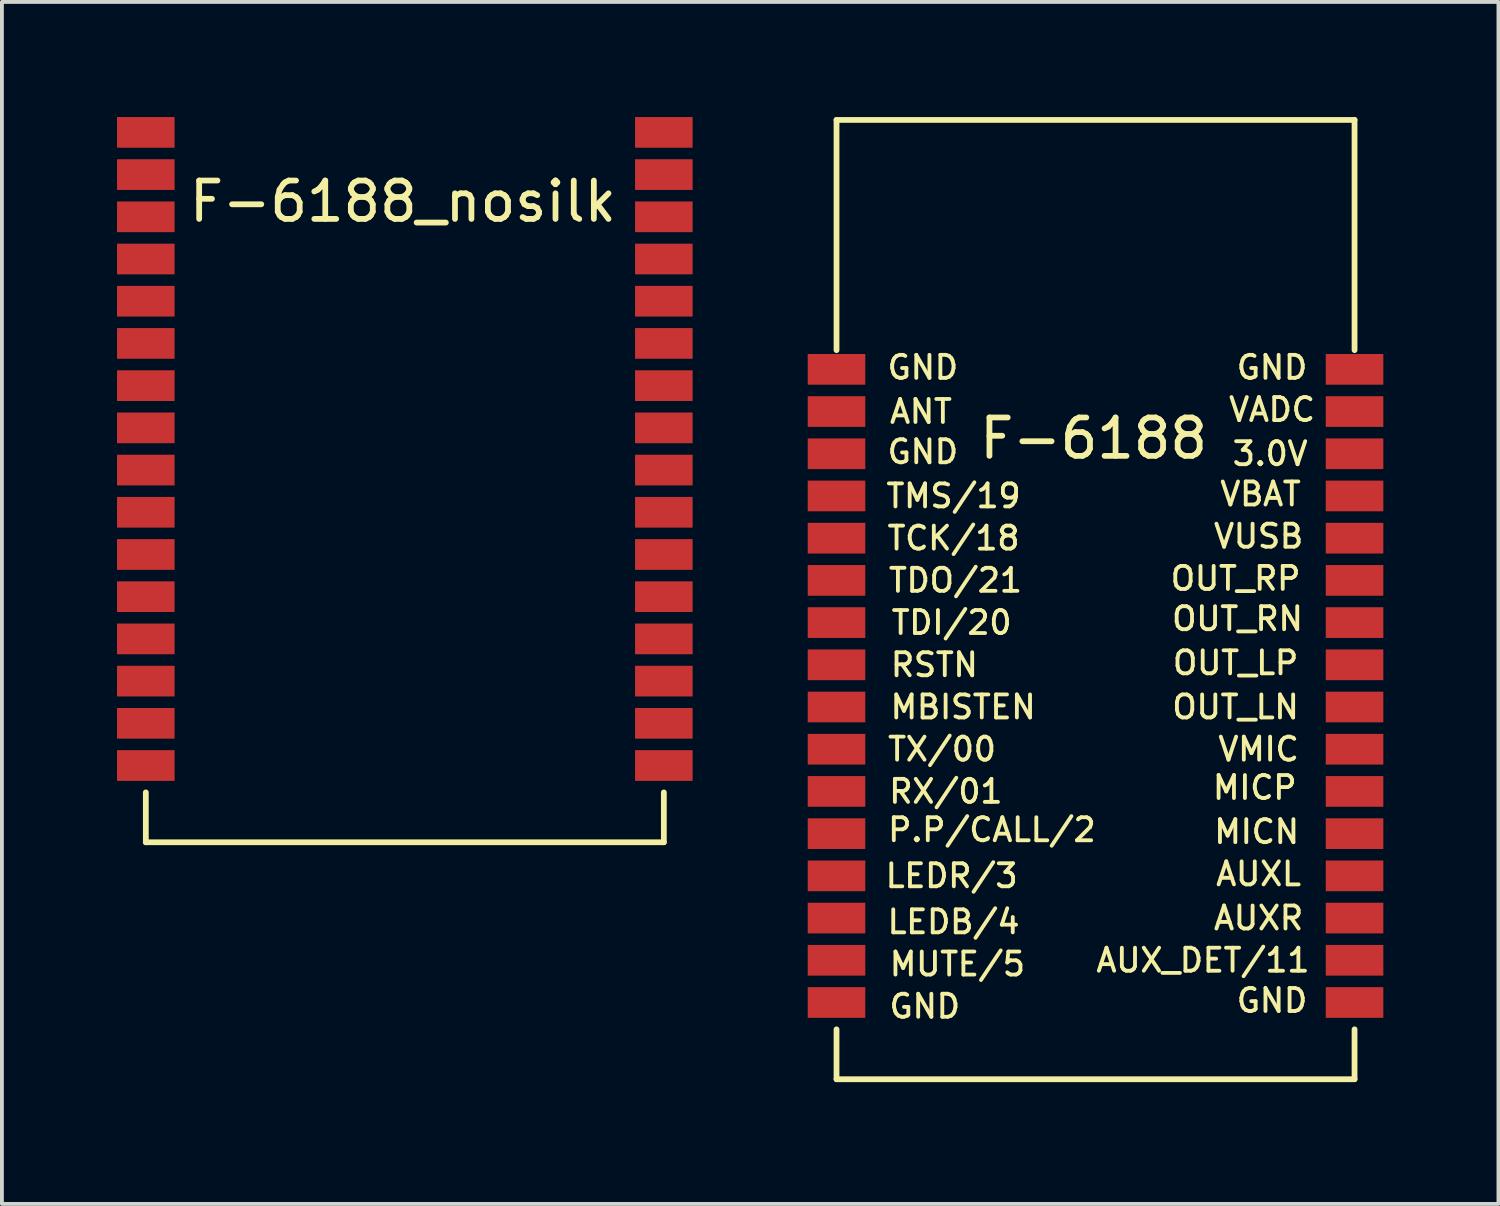
<source format=kicad_pcb>
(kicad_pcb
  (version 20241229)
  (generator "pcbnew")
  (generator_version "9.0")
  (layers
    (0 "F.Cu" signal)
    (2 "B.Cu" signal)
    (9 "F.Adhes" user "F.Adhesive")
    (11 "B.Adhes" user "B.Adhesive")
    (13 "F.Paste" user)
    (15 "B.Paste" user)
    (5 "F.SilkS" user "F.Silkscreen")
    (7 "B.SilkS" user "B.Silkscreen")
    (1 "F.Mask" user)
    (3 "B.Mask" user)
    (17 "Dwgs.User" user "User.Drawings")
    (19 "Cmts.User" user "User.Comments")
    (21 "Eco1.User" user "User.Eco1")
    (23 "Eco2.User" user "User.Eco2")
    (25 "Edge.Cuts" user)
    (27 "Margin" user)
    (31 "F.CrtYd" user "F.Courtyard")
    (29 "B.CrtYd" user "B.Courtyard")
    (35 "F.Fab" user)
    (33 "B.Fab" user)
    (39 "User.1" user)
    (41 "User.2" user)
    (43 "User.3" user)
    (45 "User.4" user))
  (footprint "F-6188_nosilk"
    (layer "F.Cu")
    (at 0.75 18.9)
    (property "Reference" "F-6188_nosilk" (at 6.7 -16.7 0) (layer "F.SilkS") (effects (font (size 1 1) (thickness 0.15))))
    (attr through_hole)
    (fp_line (start 0 -1.3) (end 0 0) (stroke (width 0.15) (type solid)) (layer "F.SilkS"))
    (fp_line (start 0 0) (end 13.5 0) (stroke (width 0.15) (type solid)) (layer "F.SilkS"))
    (fp_line (start 13.5 0) (end 13.5 -1.3) (stroke (width 0.15) (type solid)) (layer "F.SilkS"))
    (pad "1" smd rect (at 0 -18.5) (size 1.5 0.8) (layers "F.Cu" "F.Mask" "F.Paste"))
    (pad "2" smd rect (at 0 -17.4) (size 1.5 0.8) (layers "F.Cu" "F.Mask" "F.Paste"))
    (pad "3" smd rect (at 0 -16.3) (size 1.5 0.8) (layers "F.Cu" "F.Mask" "F.Paste"))
    (pad "4" smd rect (at 0 -15.2) (size 1.5 0.8) (layers "F.Cu" "F.Mask" "F.Paste"))
    (pad "5" smd rect (at 0 -14.1) (size 1.5 0.8) (layers "F.Cu" "F.Mask" "F.Paste"))
    (pad "6" smd rect (at 0 -13) (size 1.5 0.8) (layers "F.Cu" "F.Mask" "F.Paste"))
    (pad "7" smd rect (at 0 -11.9) (size 1.5 0.8) (layers "F.Cu" "F.Mask" "F.Paste"))
    (pad "8" smd rect (at 0 -10.8) (size 1.5 0.8) (layers "F.Cu" "F.Mask" "F.Paste"))
    (pad "9" smd rect (at 0 -9.7) (size 1.5 0.8) (layers "F.Cu" "F.Mask" "F.Paste"))
    (pad "10" smd rect (at 0 -8.6) (size 1.5 0.8) (layers "F.Cu" "F.Mask" "F.Paste"))
    (pad "11" smd rect (at 0 -7.5) (size 1.5 0.8) (layers "F.Cu" "F.Mask" "F.Paste"))
    (pad "12" smd rect (at 0 -6.4) (size 1.5 0.8) (layers "F.Cu" "F.Mask" "F.Paste"))
    (pad "13" smd rect (at 0 -5.3) (size 1.5 0.8) (layers "F.Cu" "F.Mask" "F.Paste"))
    (pad "14" smd rect (at 0 -4.2) (size 1.5 0.8) (layers "F.Cu" "F.Mask" "F.Paste"))
    (pad "15" smd rect (at 0 -3.1) (size 1.5 0.8) (layers "F.Cu" "F.Mask" "F.Paste"))
    (pad "16" smd rect (at 0 -2) (size 1.5 0.8) (layers "F.Cu" "F.Mask" "F.Paste"))
    (pad "17" smd rect (at 13.5 -2) (size 1.5 0.8) (layers "F.Cu" "F.Mask" "F.Paste"))
    (pad "18" smd rect (at 13.5 -3.1) (size 1.5 0.8) (layers "F.Cu" "F.Mask" "F.Paste"))
    (pad "19" smd rect (at 13.5 -4.2) (size 1.5 0.8) (layers "F.Cu" "F.Mask" "F.Paste"))
    (pad "20" smd rect (at 13.5 -5.3) (size 1.5 0.8) (layers "F.Cu" "F.Mask" "F.Paste"))
    (pad "21" smd rect (at 13.5 -6.4) (size 1.5 0.8) (layers "F.Cu" "F.Mask" "F.Paste"))
    (pad "22" smd rect (at 13.5 -7.5) (size 1.5 0.8) (layers "F.Cu" "F.Mask" "F.Paste"))
    (pad "23" smd rect (at 13.5 -8.6) (size 1.5 0.8) (layers "F.Cu" "F.Mask" "F.Paste"))
    (pad "24" smd rect (at 13.5 -9.7) (size 1.5 0.8) (layers "F.Cu" "F.Mask" "F.Paste"))
    (pad "25" smd rect (at 13.5 -10.8) (size 1.5 0.8) (layers "F.Cu" "F.Mask" "F.Paste"))
    (pad "26" smd rect (at 13.5 -11.9) (size 1.5 0.8) (layers "F.Cu" "F.Mask" "F.Paste"))
    (pad "27" smd rect (at 13.5 -13) (size 1.5 0.8) (layers "F.Cu" "F.Mask" "F.Paste"))
    (pad "28" smd rect (at 13.5 -14.1) (size 1.5 0.8) (layers "F.Cu" "F.Mask" "F.Paste"))
    (pad "29" smd rect (at 13.5 -15.2) (size 1.5 0.8) (layers "F.Cu" "F.Mask" "F.Paste"))
    (pad "30" smd rect (at 13.5 -16.3) (size 1.5 0.8) (layers "F.Cu" "F.Mask" "F.Paste"))
    (pad "31" smd rect (at 13.5 -17.4) (size 1.5 0.8) (layers "F.Cu" "F.Mask" "F.Paste"))
    (pad "32" smd rect (at 13.5 -18.5) (size 1.5 0.8) (layers "F.Cu" "F.Mask" "F.Paste")))
  (footprint "F-6188"
    (layer "F.Cu")
    (at 18.75 25.075)
    (property "Reference" "F-6188" (at 6.7 -16.7 0) (layer "F.SilkS") (effects (font (size 1 1) (thickness 0.15))))
    (attr through_hole)
    (fp_line (start 0 -25) (end 13.5 -25) (stroke (width 0.15) (type solid)) (layer "F.SilkS"))
    (fp_line (start 0 -19) (end 0 -25) (stroke (width 0.15) (type solid)) (layer "F.SilkS"))
    (fp_line (start 0 -1.3) (end 0 0) (stroke (width 0.15) (type solid)) (layer "F.SilkS"))
    (fp_line (start 0 0) (end 13.5 0) (stroke (width 0.15) (type solid)) (layer "F.SilkS"))
    (fp_line (start 13.5 -25) (end 13.5 -19) (stroke (width 0.15) (type solid)) (layer "F.SilkS"))
    (fp_line (start 13.5 0) (end 13.5 -1.3) (stroke (width 0.15) (type solid)) (layer "F.SilkS"))
    (fp_text user "MBISTEN" (at 3.3 -9.7 0) (layer "F.SilkS") (effects (font (size 0.6 0.6) (thickness 0.1))))
    (fp_text user "TDI/20" (at 3 -11.9 0) (layer "F.SilkS") (effects (font (size 0.6 0.6) (thickness 0.1))))
    (fp_text user "TCK/18" (at 3.05 -14.1 0) (layer "F.SilkS") (effects (font (size 0.6 0.6) (thickness 0.1))))
    (fp_text user "MICN" (at 10.95 -6.45 0) (layer "F.SilkS") (effects (font (size 0.6 0.6) (thickness 0.1))))
    (fp_text user "OUT_LP" (at 10.4 -10.85 0) (layer "F.SilkS") (effects (font (size 0.6 0.6) (thickness 0.1))))
    (fp_text user "AUXR" (at 11 -4.2 0) (layer "F.SilkS") (effects (font (size 0.6 0.6) (thickness 0.1))))
    (fp_text user "TMS/19" (at 3.05 -15.2 0) (layer "F.SilkS") (effects (font (size 0.6 0.6) (thickness 0.1))))
    (fp_text user "GND" (at 2.25 -16.35 0) (layer "F.SilkS") (effects (font (size 0.6 0.6) (thickness 0.1))))
    (fp_text user "VMIC" (at 11 -8.6 0) (layer "F.SilkS") (effects (font (size 0.6 0.6) (thickness 0.1))))
    (fp_text user "AUX_DET/11" (at 9.55 -3.1 0) (layer "F.SilkS") (effects (font (size 0.6 0.6) (thickness 0.1))))
    (fp_text user "VBAT" (at 11.05 -15.25 0) (layer "F.SilkS") (effects (font (size 0.6 0.6) (thickness 0.1))))
    (fp_text user "3.0V" (at 11.3 -16.3 0) (layer "F.SilkS") (effects (font (size 0.6 0.6) (thickness 0.1))))
    (fp_text user "OUT_LN" (at 10.4 -9.7 0) (layer "F.SilkS") (effects (font (size 0.6 0.6) (thickness 0.1))))
    (fp_text user "AUXL" (at 11 -5.35 0) (layer "F.SilkS") (effects (font (size 0.6 0.6) (thickness 0.1))))
    (fp_text user "MUTE/5" (at 3.15 -3 0) (layer "F.SilkS") (effects (font (size 0.6 0.6) (thickness 0.1))))
    (fp_text user "VUSB" (at 11 -14.15 0) (layer "F.SilkS") (effects (font (size 0.6 0.6) (thickness 0.1))))
    (fp_text user "OUT_RP" (at 10.4 -13.05 0) (layer "F.SilkS") (effects (font (size 0.6 0.6) (thickness 0.1))))
    (fp_text user "TDO/21" (at 3.1 -13 0) (layer "F.SilkS") (effects (font (size 0.6 0.6) (thickness 0.1))))
    (fp_text user "RSTN" (at 2.55 -10.8 0) (layer "F.SilkS") (effects (font (size 0.6 0.6) (thickness 0.1))))
    (fp_text user "P.P/CALL/2" (at 4.05 -6.5 0) (layer "F.SilkS") (effects (font (size 0.6 0.6) (thickness 0.1))))
    (fp_text user "MICP" (at 10.9 -7.6 0) (layer "F.SilkS") (effects (font (size 0.6 0.6) (thickness 0.1))))
    (fp_text user "ANT" (at 2.2 -17.4 0) (layer "F.SilkS") (effects (font (size 0.6 0.6) (thickness 0.1))))
    (fp_text user "GND" (at 2.3 -1.9 0) (layer "F.SilkS") (effects (font (size 0.6 0.6) (thickness 0.1))))
    (fp_text user "LEDR/3" (at 3 -5.3 0) (layer "F.SilkS") (effects (font (size 0.6 0.6) (thickness 0.1))))
    (fp_text user "GND" (at 11.35 -18.55 0) (layer "F.SilkS") (effects (font (size 0.6 0.6) (thickness 0.1))))
    (fp_text user "TX/00" (at 2.75 -8.6 0) (layer "F.SilkS") (effects (font (size 0.6 0.6) (thickness 0.1))))
    (fp_text user "GND" (at 11.35 -2.05 0) (layer "F.SilkS") (effects (font (size 0.6 0.6) (thickness 0.1))))
    (fp_text user "LEDB/4" (at 3.05 -4.1 0) (layer "F.SilkS") (effects (font (size 0.6 0.6) (thickness 0.1))))
    (fp_text user "GND" (at 2.25 -18.55 0) (layer "F.SilkS") (effects (font (size 0.6 0.6) (thickness 0.1))))
    (fp_text user "OUT_RN" (at 10.45 -12 0) (layer "F.SilkS") (effects (font (size 0.6 0.6) (thickness 0.1))))
    (fp_text user "VADC" (at 11.35 -17.45 0) (layer "F.SilkS") (effects (font (size 0.6 0.6) (thickness 0.1))))
    (fp_text user "RX/01" (at 2.85 -7.5 0) (layer "F.SilkS") (effects (font (size 0.6 0.6) (thickness 0.1))))
    (pad "1" smd rect (at 0 -18.5) (size 1.5 0.8) (layers "F.Cu" "F.Mask" "F.Paste"))
    (pad "2" smd rect (at 0 -17.4) (size 1.5 0.8) (layers "F.Cu" "F.Mask" "F.Paste"))
    (pad "3" smd rect (at 0 -16.3) (size 1.5 0.8) (layers "F.Cu" "F.Mask" "F.Paste"))
    (pad "4" smd rect (at 0 -15.2) (size 1.5 0.8) (layers "F.Cu" "F.Mask" "F.Paste"))
    (pad "5" smd rect (at 0 -14.1) (size 1.5 0.8) (layers "F.Cu" "F.Mask" "F.Paste"))
    (pad "6" smd rect (at 0 -13) (size 1.5 0.8) (layers "F.Cu" "F.Mask" "F.Paste"))
    (pad "7" smd rect (at 0 -11.9) (size 1.5 0.8) (layers "F.Cu" "F.Mask" "F.Paste"))
    (pad "8" smd rect (at 0 -10.8) (size 1.5 0.8) (layers "F.Cu" "F.Mask" "F.Paste"))
    (pad "9" smd rect (at 0 -9.7) (size 1.5 0.8) (layers "F.Cu" "F.Mask" "F.Paste"))
    (pad "10" smd rect (at 0 -8.6) (size 1.5 0.8) (layers "F.Cu" "F.Mask" "F.Paste"))
    (pad "11" smd rect (at 0 -7.5) (size 1.5 0.8) (layers "F.Cu" "F.Mask" "F.Paste"))
    (pad "12" smd rect (at 0 -6.4) (size 1.5 0.8) (layers "F.Cu" "F.Mask" "F.Paste"))
    (pad "13" smd rect (at 0 -5.3) (size 1.5 0.8) (layers "F.Cu" "F.Mask" "F.Paste"))
    (pad "14" smd rect (at 0 -4.2) (size 1.5 0.8) (layers "F.Cu" "F.Mask" "F.Paste"))
    (pad "15" smd rect (at 0 -3.1) (size 1.5 0.8) (layers "F.Cu" "F.Mask" "F.Paste"))
    (pad "16" smd rect (at 0 -2) (size 1.5 0.8) (layers "F.Cu" "F.Mask" "F.Paste"))
    (pad "17" smd rect (at 13.5 -2) (size 1.5 0.8) (layers "F.Cu" "F.Mask" "F.Paste"))
    (pad "18" smd rect (at 13.5 -3.1) (size 1.5 0.8) (layers "F.Cu" "F.Mask" "F.Paste"))
    (pad "19" smd rect (at 13.5 -4.2) (size 1.5 0.8) (layers "F.Cu" "F.Mask" "F.Paste"))
    (pad "20" smd rect (at 13.5 -5.3) (size 1.5 0.8) (layers "F.Cu" "F.Mask" "F.Paste"))
    (pad "21" smd rect (at 13.5 -6.4) (size 1.5 0.8) (layers "F.Cu" "F.Mask" "F.Paste"))
    (pad "22" smd rect (at 13.5 -7.5) (size 1.5 0.8) (layers "F.Cu" "F.Mask" "F.Paste"))
    (pad "23" smd rect (at 13.5 -8.6) (size 1.5 0.8) (layers "F.Cu" "F.Mask" "F.Paste"))
    (pad "24" smd rect (at 13.5 -9.7) (size 1.5 0.8) (layers "F.Cu" "F.Mask" "F.Paste"))
    (pad "25" smd rect (at 13.5 -10.8) (size 1.5 0.8) (layers "F.Cu" "F.Mask" "F.Paste"))
    (pad "26" smd rect (at 13.5 -11.9) (size 1.5 0.8) (layers "F.Cu" "F.Mask" "F.Paste"))
    (pad "27" smd rect (at 13.5 -13) (size 1.5 0.8) (layers "F.Cu" "F.Mask" "F.Paste"))
    (pad "28" smd rect (at 13.5 -14.1) (size 1.5 0.8) (layers "F.Cu" "F.Mask" "F.Paste"))
    (pad "29" smd rect (at 13.5 -15.2) (size 1.5 0.8) (layers "F.Cu" "F.Mask" "F.Paste"))
    (pad "30" smd rect (at 13.5 -16.3) (size 1.5 0.8) (layers "F.Cu" "F.Mask" "F.Paste"))
    (pad "31" smd rect (at 13.5 -17.4) (size 1.5 0.8) (layers "F.Cu" "F.Mask" "F.Paste"))
    (pad "32" smd rect (at 13.5 -18.5) (size 1.5 0.8) (layers "F.Cu" "F.Mask" "F.Paste")))
  (gr_rect
    (start -3 -3)
    (end 36 28.325)
    (stroke (width 0.1) (type default))
    (fill no)
    (layer "Edge.Cuts")))
</source>
